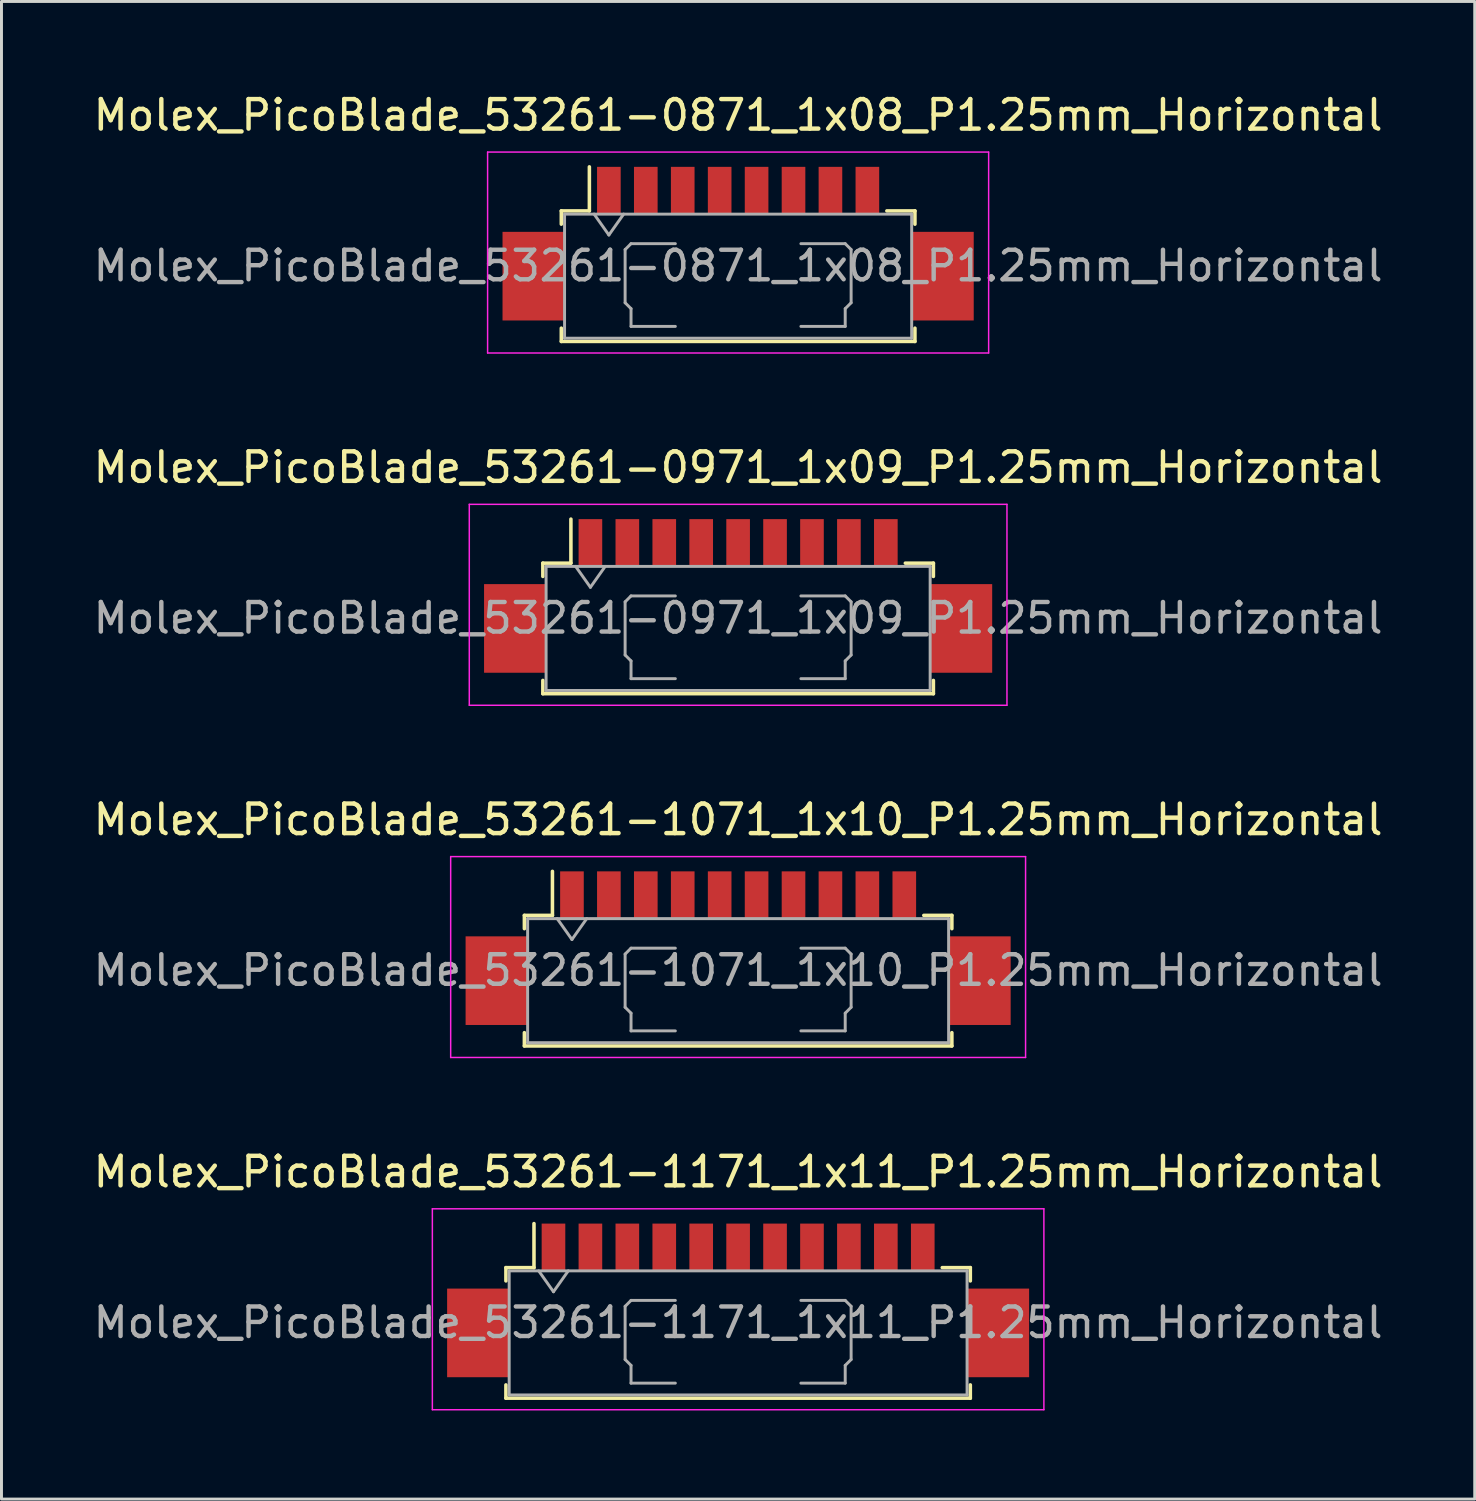
<source format=kicad_pcb>
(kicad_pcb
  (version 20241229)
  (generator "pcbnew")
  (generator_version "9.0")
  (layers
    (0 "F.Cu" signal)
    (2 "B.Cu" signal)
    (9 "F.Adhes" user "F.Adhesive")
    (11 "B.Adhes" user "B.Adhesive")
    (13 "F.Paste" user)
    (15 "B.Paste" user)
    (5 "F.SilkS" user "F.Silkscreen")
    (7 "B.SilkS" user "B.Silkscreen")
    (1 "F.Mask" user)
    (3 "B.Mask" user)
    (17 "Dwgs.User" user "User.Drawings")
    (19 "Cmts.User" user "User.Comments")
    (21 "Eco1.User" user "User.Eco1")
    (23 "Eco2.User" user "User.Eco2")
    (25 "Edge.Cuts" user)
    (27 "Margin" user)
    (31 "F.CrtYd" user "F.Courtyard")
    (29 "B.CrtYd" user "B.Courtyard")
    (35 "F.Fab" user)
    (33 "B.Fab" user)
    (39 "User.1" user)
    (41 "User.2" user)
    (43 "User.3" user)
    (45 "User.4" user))
  (footprint "Molex_PicoBlade_53261-0971_1x09_P1.25mm_Horizontal"
    (layer "F.Cu")
    (at 21.935 17.122)
    (property "Reference" "Molex_PicoBlade_53261-0971_1x09_P1.25mm_Horizontal" (at 0 -4.35 0) (layer "F.SilkS") (effects (font (size 1 1) (thickness 0.15))))
    (attr smd)
    (fp_line (start -6.61 -1.11) (end -5.66 -1.11) (stroke (width 0.12) (type solid)) (layer "F.SilkS"))
    (fp_line (start -6.61 -0.66) (end -6.61 -1.11) (stroke (width 0.12) (type solid)) (layer "F.SilkS"))
    (fp_line (start -6.61 2.86) (end -6.61 3.31) (stroke (width 0.12) (type solid)) (layer "F.SilkS"))
    (fp_line (start -6.61 3.31) (end 6.61 3.31) (stroke (width 0.12) (type solid)) (layer "F.SilkS"))
    (fp_line (start -5.66 -1.11) (end -5.66 -2.6) (stroke (width 0.12) (type solid)) (layer "F.SilkS"))
    (fp_line (start 6.61 -1.11) (end 5.66 -1.11) (stroke (width 0.12) (type solid)) (layer "F.SilkS"))
    (fp_line (start 6.61 -0.66) (end 6.61 -1.11) (stroke (width 0.12) (type solid)) (layer "F.SilkS"))
    (fp_line (start 6.61 3.31) (end 6.61 2.86) (stroke (width 0.12) (type solid)) (layer "F.SilkS"))
    (fp_line (start -9.1 -3.1) (end -9.1 3.7) (stroke (width 0.05) (type solid)) (layer "F.CrtYd"))
    (fp_line (start -9.1 3.7) (end 9.1 3.7) (stroke (width 0.05) (type solid)) (layer "F.CrtYd"))
    (fp_line (start 9.1 -3.1) (end -9.1 -3.1) (stroke (width 0.05) (type solid)) (layer "F.CrtYd"))
    (fp_line (start 9.1 3.7) (end 9.1 -3.1) (stroke (width 0.05) (type solid)) (layer "F.CrtYd"))
    (fp_line (start -6.5 -1) (end -6.5 3.2) (stroke (width 0.1) (type solid)) (layer "F.Fab"))
    (fp_line (start -6.5 -1) (end 6.5 -1) (stroke (width 0.1) (type solid)) (layer "F.Fab"))
    (fp_line (start -6.5 3.2) (end 6.5 3.2) (stroke (width 0.1) (type solid)) (layer "F.Fab"))
    (fp_line (start -5.5 -1) (end -5 -0.293) (stroke (width 0.1) (type solid)) (layer "F.Fab"))
    (fp_line (start -5 -0.293) (end -4.5 -1) (stroke (width 0.1) (type solid)) (layer "F.Fab"))
    (fp_line (start -3.825 0.2) (end -3.825 2) (stroke (width 0.1) (type solid)) (layer "F.Fab"))
    (fp_line (start -3.825 2) (end -3.625 2.2) (stroke (width 0.1) (type solid)) (layer "F.Fab"))
    (fp_line (start -3.625 0) (end -3.825 0.2) (stroke (width 0.1) (type solid)) (layer "F.Fab"))
    (fp_line (start -3.625 2.2) (end -3.625 2.8) (stroke (width 0.1) (type solid)) (layer "F.Fab"))
    (fp_line (start -3.625 2.8) (end -2.125 2.8) (stroke (width 0.1) (type solid)) (layer "F.Fab"))
    (fp_line (start -2.125 0) (end -3.625 0) (stroke (width 0.1) (type solid)) (layer "F.Fab"))
    (fp_line (start 2.125 0) (end 3.625 0) (stroke (width 0.1) (type solid)) (layer "F.Fab"))
    (fp_line (start 3.625 0) (end 3.825 0.2) (stroke (width 0.1) (type solid)) (layer "F.Fab"))
    (fp_line (start 3.625 2.2) (end 3.625 2.8) (stroke (width 0.1) (type solid)) (layer "F.Fab"))
    (fp_line (start 3.625 2.8) (end 2.125 2.8) (stroke (width 0.1) (type solid)) (layer "F.Fab"))
    (fp_line (start 3.825 0.2) (end 3.825 2) (stroke (width 0.1) (type solid)) (layer "F.Fab"))
    (fp_line (start 3.825 2) (end 3.625 2.2) (stroke (width 0.1) (type solid)) (layer "F.Fab"))
    (fp_line (start 6.5 -1) (end 6.5 3.2) (stroke (width 0.1) (type solid)) (layer "F.Fab"))
    (fp_text user "${REFERENCE}" (at 0 0.75 0) (layer "F.Fab") (effects (font (size 1 1) (thickness 0.15))))
    (pad "" smd rect (at -7.55 1.1) (size 2.1 3) (layers "F.Cu" "F.Mask" "F.Paste"))
    (pad "" smd rect (at 7.55 1.1) (size 2.1 3) (layers "F.Cu" "F.Mask" "F.Paste"))
    (pad "1" smd rect (at -5 -1.8) (size 0.8 1.6) (layers "F.Cu" "F.Mask" "F.Paste"))
    (pad "2" smd rect (at -3.75 -1.8) (size 0.8 1.6) (layers "F.Cu" "F.Mask" "F.Paste"))
    (pad "3" smd rect (at -2.5 -1.8) (size 0.8 1.6) (layers "F.Cu" "F.Mask" "F.Paste"))
    (pad "4" smd rect (at -1.25 -1.8) (size 0.8 1.6) (layers "F.Cu" "F.Mask" "F.Paste"))
    (pad "5" smd rect (at 0 -1.8) (size 0.8 1.6) (layers "F.Cu" "F.Mask" "F.Paste"))
    (pad "6" smd rect (at 1.25 -1.8) (size 0.8 1.6) (layers "F.Cu" "F.Mask" "F.Paste"))
    (pad "7" smd rect (at 2.5 -1.8) (size 0.8 1.6) (layers "F.Cu" "F.Mask" "F.Paste"))
    (pad "8" smd rect (at 3.75 -1.8) (size 0.8 1.6) (layers "F.Cu" "F.Mask" "F.Paste"))
    (pad "9" smd rect (at 5 -1.8) (size 0.8 1.6) (layers "F.Cu" "F.Mask" "F.Paste")))
  (footprint "Molex_PicoBlade_53261-0871_1x08_P1.25mm_Horizontal"
    (layer "F.Cu")
    (at 21.935 5.198)
    (property "Reference" "Molex_PicoBlade_53261-0871_1x08_P1.25mm_Horizontal" (at 0 -4.35 0) (layer "F.SilkS") (effects (font (size 1 1) (thickness 0.15))))
    (attr smd)
    (fp_line (start -5.985 -1.11) (end -5.035 -1.11) (stroke (width 0.12) (type solid)) (layer "F.SilkS"))
    (fp_line (start -5.985 -0.66) (end -5.985 -1.11) (stroke (width 0.12) (type solid)) (layer "F.SilkS"))
    (fp_line (start -5.985 2.86) (end -5.985 3.31) (stroke (width 0.12) (type solid)) (layer "F.SilkS"))
    (fp_line (start -5.985 3.31) (end 5.985 3.31) (stroke (width 0.12) (type solid)) (layer "F.SilkS"))
    (fp_line (start -5.035 -1.11) (end -5.035 -2.6) (stroke (width 0.12) (type solid)) (layer "F.SilkS"))
    (fp_line (start 5.985 -1.11) (end 5.035 -1.11) (stroke (width 0.12) (type solid)) (layer "F.SilkS"))
    (fp_line (start 5.985 -0.66) (end 5.985 -1.11) (stroke (width 0.12) (type solid)) (layer "F.SilkS"))
    (fp_line (start 5.985 3.31) (end 5.985 2.86) (stroke (width 0.12) (type solid)) (layer "F.SilkS"))
    (fp_line (start -8.48 -3.1) (end -8.48 3.7) (stroke (width 0.05) (type solid)) (layer "F.CrtYd"))
    (fp_line (start -8.48 3.7) (end 8.48 3.7) (stroke (width 0.05) (type solid)) (layer "F.CrtYd"))
    (fp_line (start 8.48 -3.1) (end -8.48 -3.1) (stroke (width 0.05) (type solid)) (layer "F.CrtYd"))
    (fp_line (start 8.48 3.7) (end 8.48 -3.1) (stroke (width 0.05) (type solid)) (layer "F.CrtYd"))
    (fp_line (start -5.875 -1) (end -5.875 3.2) (stroke (width 0.1) (type solid)) (layer "F.Fab"))
    (fp_line (start -5.875 -1) (end 5.875 -1) (stroke (width 0.1) (type solid)) (layer "F.Fab"))
    (fp_line (start -5.875 3.2) (end 5.875 3.2) (stroke (width 0.1) (type solid)) (layer "F.Fab"))
    (fp_line (start -4.875 -1) (end -4.375 -0.293) (stroke (width 0.1) (type solid)) (layer "F.Fab"))
    (fp_line (start -4.375 -0.293) (end -3.875 -1) (stroke (width 0.1) (type solid)) (layer "F.Fab"))
    (fp_line (start -3.825 0.2) (end -3.825 2) (stroke (width 0.1) (type solid)) (layer "F.Fab"))
    (fp_line (start -3.825 2) (end -3.625 2.2) (stroke (width 0.1) (type solid)) (layer "F.Fab"))
    (fp_line (start -3.625 0) (end -3.825 0.2) (stroke (width 0.1) (type solid)) (layer "F.Fab"))
    (fp_line (start -3.625 2.2) (end -3.625 2.8) (stroke (width 0.1) (type solid)) (layer "F.Fab"))
    (fp_line (start -3.625 2.8) (end -2.125 2.8) (stroke (width 0.1) (type solid)) (layer "F.Fab"))
    (fp_line (start -2.125 0) (end -3.625 0) (stroke (width 0.1) (type solid)) (layer "F.Fab"))
    (fp_line (start 2.125 0) (end 3.625 0) (stroke (width 0.1) (type solid)) (layer "F.Fab"))
    (fp_line (start 3.625 0) (end 3.825 0.2) (stroke (width 0.1) (type solid)) (layer "F.Fab"))
    (fp_line (start 3.625 2.2) (end 3.625 2.8) (stroke (width 0.1) (type solid)) (layer "F.Fab"))
    (fp_line (start 3.625 2.8) (end 2.125 2.8) (stroke (width 0.1) (type solid)) (layer "F.Fab"))
    (fp_line (start 3.825 0.2) (end 3.825 2) (stroke (width 0.1) (type solid)) (layer "F.Fab"))
    (fp_line (start 3.825 2) (end 3.625 2.2) (stroke (width 0.1) (type solid)) (layer "F.Fab"))
    (fp_line (start 5.875 -1) (end 5.875 3.2) (stroke (width 0.1) (type solid)) (layer "F.Fab"))
    (fp_text user "${REFERENCE}" (at 0 0.75 0) (layer "F.Fab") (effects (font (size 1 1) (thickness 0.15))))
    (pad "" smd rect (at -6.925 1.1) (size 2.1 3) (layers "F.Cu" "F.Mask" "F.Paste"))
    (pad "" smd rect (at 6.925 1.1) (size 2.1 3) (layers "F.Cu" "F.Mask" "F.Paste"))
    (pad "1" smd rect (at -4.375 -1.8) (size 0.8 1.6) (layers "F.Cu" "F.Mask" "F.Paste"))
    (pad "2" smd rect (at -3.125 -1.8) (size 0.8 1.6) (layers "F.Cu" "F.Mask" "F.Paste"))
    (pad "3" smd rect (at -1.875 -1.8) (size 0.8 1.6) (layers "F.Cu" "F.Mask" "F.Paste"))
    (pad "4" smd rect (at -0.625 -1.8) (size 0.8 1.6) (layers "F.Cu" "F.Mask" "F.Paste"))
    (pad "5" smd rect (at 0.625 -1.8) (size 0.8 1.6) (layers "F.Cu" "F.Mask" "F.Paste"))
    (pad "6" smd rect (at 1.875 -1.8) (size 0.8 1.6) (layers "F.Cu" "F.Mask" "F.Paste"))
    (pad "7" smd rect (at 3.125 -1.8) (size 0.8 1.6) (layers "F.Cu" "F.Mask" "F.Paste"))
    (pad "8" smd rect (at 4.375 -1.8) (size 0.8 1.6) (layers "F.Cu" "F.Mask" "F.Paste")))
  (footprint "Molex_PicoBlade_53261-1171_1x11_P1.25mm_Horizontal"
    (layer "F.Cu")
    (at 21.935 40.968)
    (property "Reference" "Molex_PicoBlade_53261-1171_1x11_P1.25mm_Horizontal" (at 0 -4.35 0) (layer "F.SilkS") (effects (font (size 1 1) (thickness 0.15))))
    (attr smd)
    (fp_line (start -7.86 -1.11) (end -6.91 -1.11) (stroke (width 0.12) (type solid)) (layer "F.SilkS"))
    (fp_line (start -7.86 -0.66) (end -7.86 -1.11) (stroke (width 0.12) (type solid)) (layer "F.SilkS"))
    (fp_line (start -7.86 2.86) (end -7.86 3.31) (stroke (width 0.12) (type solid)) (layer "F.SilkS"))
    (fp_line (start -7.86 3.31) (end 7.86 3.31) (stroke (width 0.12) (type solid)) (layer "F.SilkS"))
    (fp_line (start -6.91 -1.11) (end -6.91 -2.6) (stroke (width 0.12) (type solid)) (layer "F.SilkS"))
    (fp_line (start 7.86 -1.11) (end 6.91 -1.11) (stroke (width 0.12) (type solid)) (layer "F.SilkS"))
    (fp_line (start 7.86 -0.66) (end 7.86 -1.11) (stroke (width 0.12) (type solid)) (layer "F.SilkS"))
    (fp_line (start 7.86 3.31) (end 7.86 2.86) (stroke (width 0.12) (type solid)) (layer "F.SilkS"))
    (fp_line (start -10.35 -3.1) (end -10.35 3.7) (stroke (width 0.05) (type solid)) (layer "F.CrtYd"))
    (fp_line (start -10.35 3.7) (end 10.35 3.7) (stroke (width 0.05) (type solid)) (layer "F.CrtYd"))
    (fp_line (start 10.35 -3.1) (end -10.35 -3.1) (stroke (width 0.05) (type solid)) (layer "F.CrtYd"))
    (fp_line (start 10.35 3.7) (end 10.35 -3.1) (stroke (width 0.05) (type solid)) (layer "F.CrtYd"))
    (fp_line (start -7.75 -1) (end -7.75 3.2) (stroke (width 0.1) (type solid)) (layer "F.Fab"))
    (fp_line (start -7.75 -1) (end 7.75 -1) (stroke (width 0.1) (type solid)) (layer "F.Fab"))
    (fp_line (start -7.75 3.2) (end 7.75 3.2) (stroke (width 0.1) (type solid)) (layer "F.Fab"))
    (fp_line (start -6.75 -1) (end -6.25 -0.293) (stroke (width 0.1) (type solid)) (layer "F.Fab"))
    (fp_line (start -6.25 -0.293) (end -5.75 -1) (stroke (width 0.1) (type solid)) (layer "F.Fab"))
    (fp_line (start -3.825 0.2) (end -3.825 2) (stroke (width 0.1) (type solid)) (layer "F.Fab"))
    (fp_line (start -3.825 2) (end -3.625 2.2) (stroke (width 0.1) (type solid)) (layer "F.Fab"))
    (fp_line (start -3.625 0) (end -3.825 0.2) (stroke (width 0.1) (type solid)) (layer "F.Fab"))
    (fp_line (start -3.625 2.2) (end -3.625 2.8) (stroke (width 0.1) (type solid)) (layer "F.Fab"))
    (fp_line (start -3.625 2.8) (end -2.125 2.8) (stroke (width 0.1) (type solid)) (layer "F.Fab"))
    (fp_line (start -2.125 0) (end -3.625 0) (stroke (width 0.1) (type solid)) (layer "F.Fab"))
    (fp_line (start 2.125 0) (end 3.625 0) (stroke (width 0.1) (type solid)) (layer "F.Fab"))
    (fp_line (start 3.625 0) (end 3.825 0.2) (stroke (width 0.1) (type solid)) (layer "F.Fab"))
    (fp_line (start 3.625 2.2) (end 3.625 2.8) (stroke (width 0.1) (type solid)) (layer "F.Fab"))
    (fp_line (start 3.625 2.8) (end 2.125 2.8) (stroke (width 0.1) (type solid)) (layer "F.Fab"))
    (fp_line (start 3.825 0.2) (end 3.825 2) (stroke (width 0.1) (type solid)) (layer "F.Fab"))
    (fp_line (start 3.825 2) (end 3.625 2.2) (stroke (width 0.1) (type solid)) (layer "F.Fab"))
    (fp_line (start 7.75 -1) (end 7.75 3.2) (stroke (width 0.1) (type solid)) (layer "F.Fab"))
    (fp_text user "${REFERENCE}" (at 0 0.75 0) (layer "F.Fab") (effects (font (size 1 1) (thickness 0.15))))
    (pad "" smd rect (at -8.8 1.1) (size 2.1 3) (layers "F.Cu" "F.Mask" "F.Paste"))
    (pad "" smd rect (at 8.8 1.1) (size 2.1 3) (layers "F.Cu" "F.Mask" "F.Paste"))
    (pad "1" smd rect (at -6.25 -1.8) (size 0.8 1.6) (layers "F.Cu" "F.Mask" "F.Paste"))
    (pad "2" smd rect (at -5 -1.8) (size 0.8 1.6) (layers "F.Cu" "F.Mask" "F.Paste"))
    (pad "3" smd rect (at -3.75 -1.8) (size 0.8 1.6) (layers "F.Cu" "F.Mask" "F.Paste"))
    (pad "4" smd rect (at -2.5 -1.8) (size 0.8 1.6) (layers "F.Cu" "F.Mask" "F.Paste"))
    (pad "5" smd rect (at -1.25 -1.8) (size 0.8 1.6) (layers "F.Cu" "F.Mask" "F.Paste"))
    (pad "6" smd rect (at 0 -1.8) (size 0.8 1.6) (layers "F.Cu" "F.Mask" "F.Paste"))
    (pad "7" smd rect (at 1.25 -1.8) (size 0.8 1.6) (layers "F.Cu" "F.Mask" "F.Paste"))
    (pad "8" smd rect (at 2.5 -1.8) (size 0.8 1.6) (layers "F.Cu" "F.Mask" "F.Paste"))
    (pad "9" smd rect (at 3.75 -1.8) (size 0.8 1.6) (layers "F.Cu" "F.Mask" "F.Paste"))
    (pad "10" smd rect (at 5 -1.8) (size 0.8 1.6) (layers "F.Cu" "F.Mask" "F.Paste"))
    (pad "11" smd rect (at 6.25 -1.8) (size 0.8 1.6) (layers "F.Cu" "F.Mask" "F.Paste")))
  (footprint "Molex_PicoBlade_53261-1071_1x10_P1.25mm_Horizontal"
    (layer "F.Cu")
    (at 21.935 29.045)
    (property "Reference" "Molex_PicoBlade_53261-1071_1x10_P1.25mm_Horizontal" (at 0 -4.35 0) (layer "F.SilkS") (effects (font (size 1 1) (thickness 0.15))))
    (attr smd)
    (fp_line (start -7.235 -1.11) (end -6.285 -1.11) (stroke (width 0.12) (type solid)) (layer "F.SilkS"))
    (fp_line (start -7.235 -0.66) (end -7.235 -1.11) (stroke (width 0.12) (type solid)) (layer "F.SilkS"))
    (fp_line (start -7.235 2.86) (end -7.235 3.31) (stroke (width 0.12) (type solid)) (layer "F.SilkS"))
    (fp_line (start -7.235 3.31) (end 7.235 3.31) (stroke (width 0.12) (type solid)) (layer "F.SilkS"))
    (fp_line (start -6.285 -1.11) (end -6.285 -2.6) (stroke (width 0.12) (type solid)) (layer "F.SilkS"))
    (fp_line (start 7.235 -1.11) (end 6.285 -1.11) (stroke (width 0.12) (type solid)) (layer "F.SilkS"))
    (fp_line (start 7.235 -0.66) (end 7.235 -1.11) (stroke (width 0.12) (type solid)) (layer "F.SilkS"))
    (fp_line (start 7.235 3.31) (end 7.235 2.86) (stroke (width 0.12) (type solid)) (layer "F.SilkS"))
    (fp_line (start -9.73 -3.1) (end -9.73 3.7) (stroke (width 0.05) (type solid)) (layer "F.CrtYd"))
    (fp_line (start -9.73 3.7) (end 9.73 3.7) (stroke (width 0.05) (type solid)) (layer "F.CrtYd"))
    (fp_line (start 9.73 -3.1) (end -9.73 -3.1) (stroke (width 0.05) (type solid)) (layer "F.CrtYd"))
    (fp_line (start 9.73 3.7) (end 9.73 -3.1) (stroke (width 0.05) (type solid)) (layer "F.CrtYd"))
    (fp_line (start -7.125 -1) (end -7.125 3.2) (stroke (width 0.1) (type solid)) (layer "F.Fab"))
    (fp_line (start -7.125 -1) (end 7.125 -1) (stroke (width 0.1) (type solid)) (layer "F.Fab"))
    (fp_line (start -7.125 3.2) (end 7.125 3.2) (stroke (width 0.1) (type solid)) (layer "F.Fab"))
    (fp_line (start -6.125 -1) (end -5.625 -0.293) (stroke (width 0.1) (type solid)) (layer "F.Fab"))
    (fp_line (start -5.625 -0.293) (end -5.125 -1) (stroke (width 0.1) (type solid)) (layer "F.Fab"))
    (fp_line (start -3.825 0.2) (end -3.825 2) (stroke (width 0.1) (type solid)) (layer "F.Fab"))
    (fp_line (start -3.825 2) (end -3.625 2.2) (stroke (width 0.1) (type solid)) (layer "F.Fab"))
    (fp_line (start -3.625 0) (end -3.825 0.2) (stroke (width 0.1) (type solid)) (layer "F.Fab"))
    (fp_line (start -3.625 2.2) (end -3.625 2.8) (stroke (width 0.1) (type solid)) (layer "F.Fab"))
    (fp_line (start -3.625 2.8) (end -2.125 2.8) (stroke (width 0.1) (type solid)) (layer "F.Fab"))
    (fp_line (start -2.125 0) (end -3.625 0) (stroke (width 0.1) (type solid)) (layer "F.Fab"))
    (fp_line (start 2.125 0) (end 3.625 0) (stroke (width 0.1) (type solid)) (layer "F.Fab"))
    (fp_line (start 3.625 0) (end 3.825 0.2) (stroke (width 0.1) (type solid)) (layer "F.Fab"))
    (fp_line (start 3.625 2.2) (end 3.625 2.8) (stroke (width 0.1) (type solid)) (layer "F.Fab"))
    (fp_line (start 3.625 2.8) (end 2.125 2.8) (stroke (width 0.1) (type solid)) (layer "F.Fab"))
    (fp_line (start 3.825 0.2) (end 3.825 2) (stroke (width 0.1) (type solid)) (layer "F.Fab"))
    (fp_line (start 3.825 2) (end 3.625 2.2) (stroke (width 0.1) (type solid)) (layer "F.Fab"))
    (fp_line (start 7.125 -1) (end 7.125 3.2) (stroke (width 0.1) (type solid)) (layer "F.Fab"))
    (fp_text user "${REFERENCE}" (at 0 0.75 0) (layer "F.Fab") (effects (font (size 1 1) (thickness 0.15))))
    (pad "" smd rect (at -8.175 1.1) (size 2.1 3) (layers "F.Cu" "F.Mask" "F.Paste"))
    (pad "" smd rect (at 8.175 1.1) (size 2.1 3) (layers "F.Cu" "F.Mask" "F.Paste"))
    (pad "1" smd rect (at -5.625 -1.8) (size 0.8 1.6) (layers "F.Cu" "F.Mask" "F.Paste"))
    (pad "2" smd rect (at -4.375 -1.8) (size 0.8 1.6) (layers "F.Cu" "F.Mask" "F.Paste"))
    (pad "3" smd rect (at -3.125 -1.8) (size 0.8 1.6) (layers "F.Cu" "F.Mask" "F.Paste"))
    (pad "4" smd rect (at -1.875 -1.8) (size 0.8 1.6) (layers "F.Cu" "F.Mask" "F.Paste"))
    (pad "5" smd rect (at -0.625 -1.8) (size 0.8 1.6) (layers "F.Cu" "F.Mask" "F.Paste"))
    (pad "6" smd rect (at 0.625 -1.8) (size 0.8 1.6) (layers "F.Cu" "F.Mask" "F.Paste"))
    (pad "7" smd rect (at 1.875 -1.8) (size 0.8 1.6) (layers "F.Cu" "F.Mask" "F.Paste"))
    (pad "8" smd rect (at 3.125 -1.8) (size 0.8 1.6) (layers "F.Cu" "F.Mask" "F.Paste"))
    (pad "9" smd rect (at 4.375 -1.8) (size 0.8 1.6) (layers "F.Cu" "F.Mask" "F.Paste"))
    (pad "10" smd rect (at 5.625 -1.8) (size 0.8 1.6) (layers "F.Cu" "F.Mask" "F.Paste")))
  (gr_rect
    (start -3 -3)
    (end 46.869 47.693)
    (stroke (width 0.1) (type default))
    (fill no)
    (layer "Edge.Cuts")))
</source>
